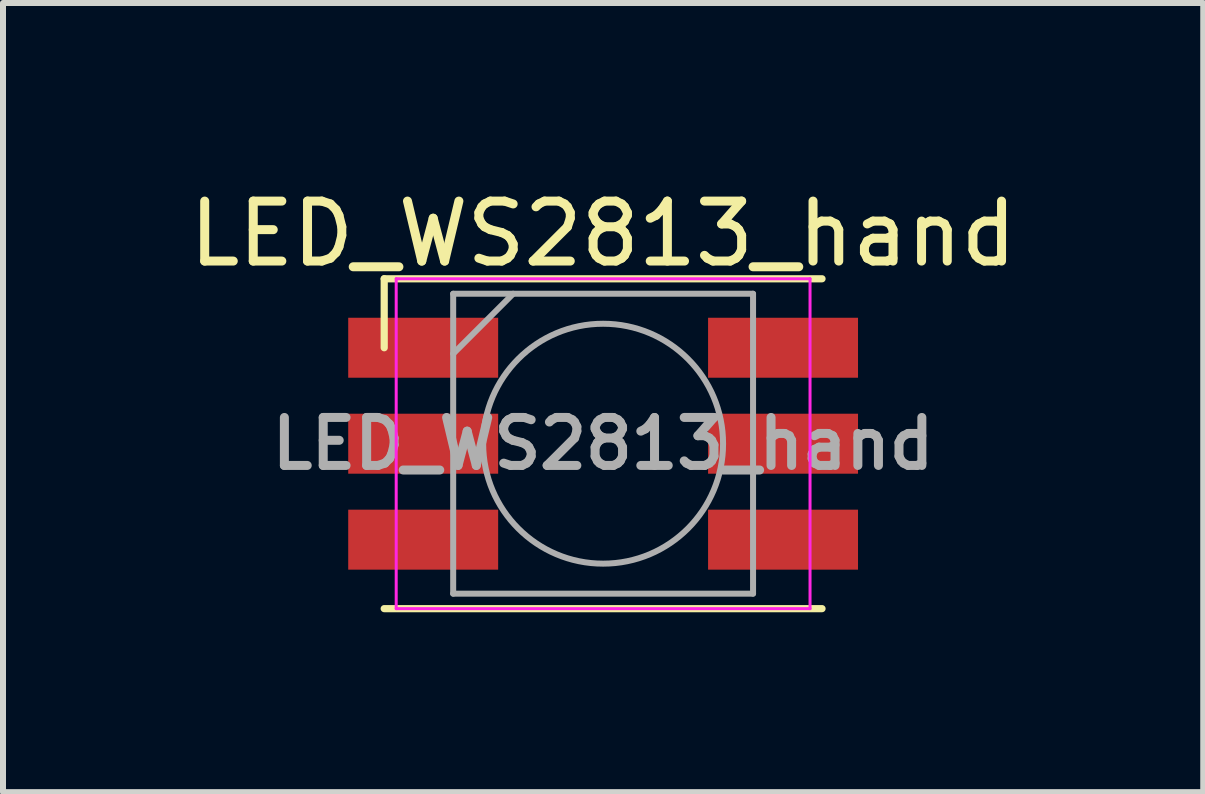
<source format=kicad_pcb>
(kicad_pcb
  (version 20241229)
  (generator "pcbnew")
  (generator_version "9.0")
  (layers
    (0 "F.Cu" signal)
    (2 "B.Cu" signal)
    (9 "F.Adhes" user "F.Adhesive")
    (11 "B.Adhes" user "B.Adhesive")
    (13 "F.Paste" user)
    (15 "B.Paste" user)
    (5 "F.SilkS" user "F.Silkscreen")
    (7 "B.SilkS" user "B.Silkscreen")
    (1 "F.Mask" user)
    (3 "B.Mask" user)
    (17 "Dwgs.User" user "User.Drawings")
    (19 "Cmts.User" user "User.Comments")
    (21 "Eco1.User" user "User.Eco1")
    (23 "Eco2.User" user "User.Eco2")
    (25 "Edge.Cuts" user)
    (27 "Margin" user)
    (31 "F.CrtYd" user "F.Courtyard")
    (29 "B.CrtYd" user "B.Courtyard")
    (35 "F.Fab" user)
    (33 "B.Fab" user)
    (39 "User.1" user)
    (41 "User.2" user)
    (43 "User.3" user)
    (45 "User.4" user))
  (footprint "LED_WS2813_hand"
    (layer "F.Cu")
    (at 7.006 4.348)
    (property "Reference" "LED_WS2813_hand" (at 0 -3.5 0) (layer "F.SilkS") (effects (font (size 1 1) (thickness 0.15))))
    (attr smd)
    (fp_line (start -3.65 -2.75) (end 3.65 -2.75) (stroke (width 0.12) (type solid)) (layer "F.SilkS"))
    (fp_line (start -3.65 -1.6) (end -3.65 -2.75) (stroke (width 0.12) (type solid)) (layer "F.SilkS"))
    (fp_line (start -3.65 2.75) (end 3.65 2.75) (stroke (width 0.12) (type solid)) (layer "F.SilkS"))
    (fp_line (start -3.45 -2.75) (end -3.45 2.75) (stroke (width 0.05) (type solid)) (layer "F.CrtYd"))
    (fp_line (start -3.45 2.75) (end 3.45 2.75) (stroke (width 0.05) (type solid)) (layer "F.CrtYd"))
    (fp_line (start 3.45 -2.75) (end -3.45 -2.75) (stroke (width 0.05) (type solid)) (layer "F.CrtYd"))
    (fp_line (start 3.45 2.75) (end 3.45 -2.75) (stroke (width 0.05) (type solid)) (layer "F.CrtYd"))
    (fp_line (start -2.5 -2.5) (end 2.5 -2.5) (stroke (width 0.1) (type solid)) (layer "F.Fab"))
    (fp_line (start -2.5 -1.5) (end -1.5 -2.5) (stroke (width 0.1) (type solid)) (layer "F.Fab"))
    (fp_line (start -2.5 2.5) (end -2.5 -2.5) (stroke (width 0.1) (type solid)) (layer "F.Fab"))
    (fp_line (start 2.5 -2.5) (end 2.5 2.5) (stroke (width 0.1) (type solid)) (layer "F.Fab"))
    (fp_line (start 2.5 2.5) (end -2.5 2.5) (stroke (width 0.1) (type solid)) (layer "F.Fab"))
    (fp_circle (center 0 0) (end 0 -2) (stroke (width 0.1) (type solid)) (fill no) (layer "F.Fab"))
    (fp_text user "${REFERENCE}" (at 0 0 0) (layer "F.Fab") (effects (font (size 0.8 0.8) (thickness 0.15))))
    (pad "1" smd rect (at -3 -1.6) (size 2.5 1) (layers "F.Cu" "F.Mask" "F.Paste"))
    (pad "2" smd rect (at -3 0) (size 2.5 1) (layers "F.Cu" "F.Mask" "F.Paste"))
    (pad "3" smd rect (at -3 1.6) (size 2.5 1) (layers "F.Cu" "F.Mask" "F.Paste"))
    (pad "4" smd rect (at 3 1.6) (size 2.5 1) (layers "F.Cu" "F.Mask" "F.Paste"))
    (pad "5" smd rect (at 3 0) (size 2.5 1) (layers "F.Cu" "F.Mask" "F.Paste"))
    (pad "6" smd rect (at 3 -1.6) (size 2.5 1) (layers "F.Cu" "F.Mask" "F.Paste")))
  (gr_rect
    (start -3 -3)
    (end 17.012 10.158)
    (stroke (width 0.1) (type default))
    (fill no)
    (layer "Edge.Cuts")))
</source>
